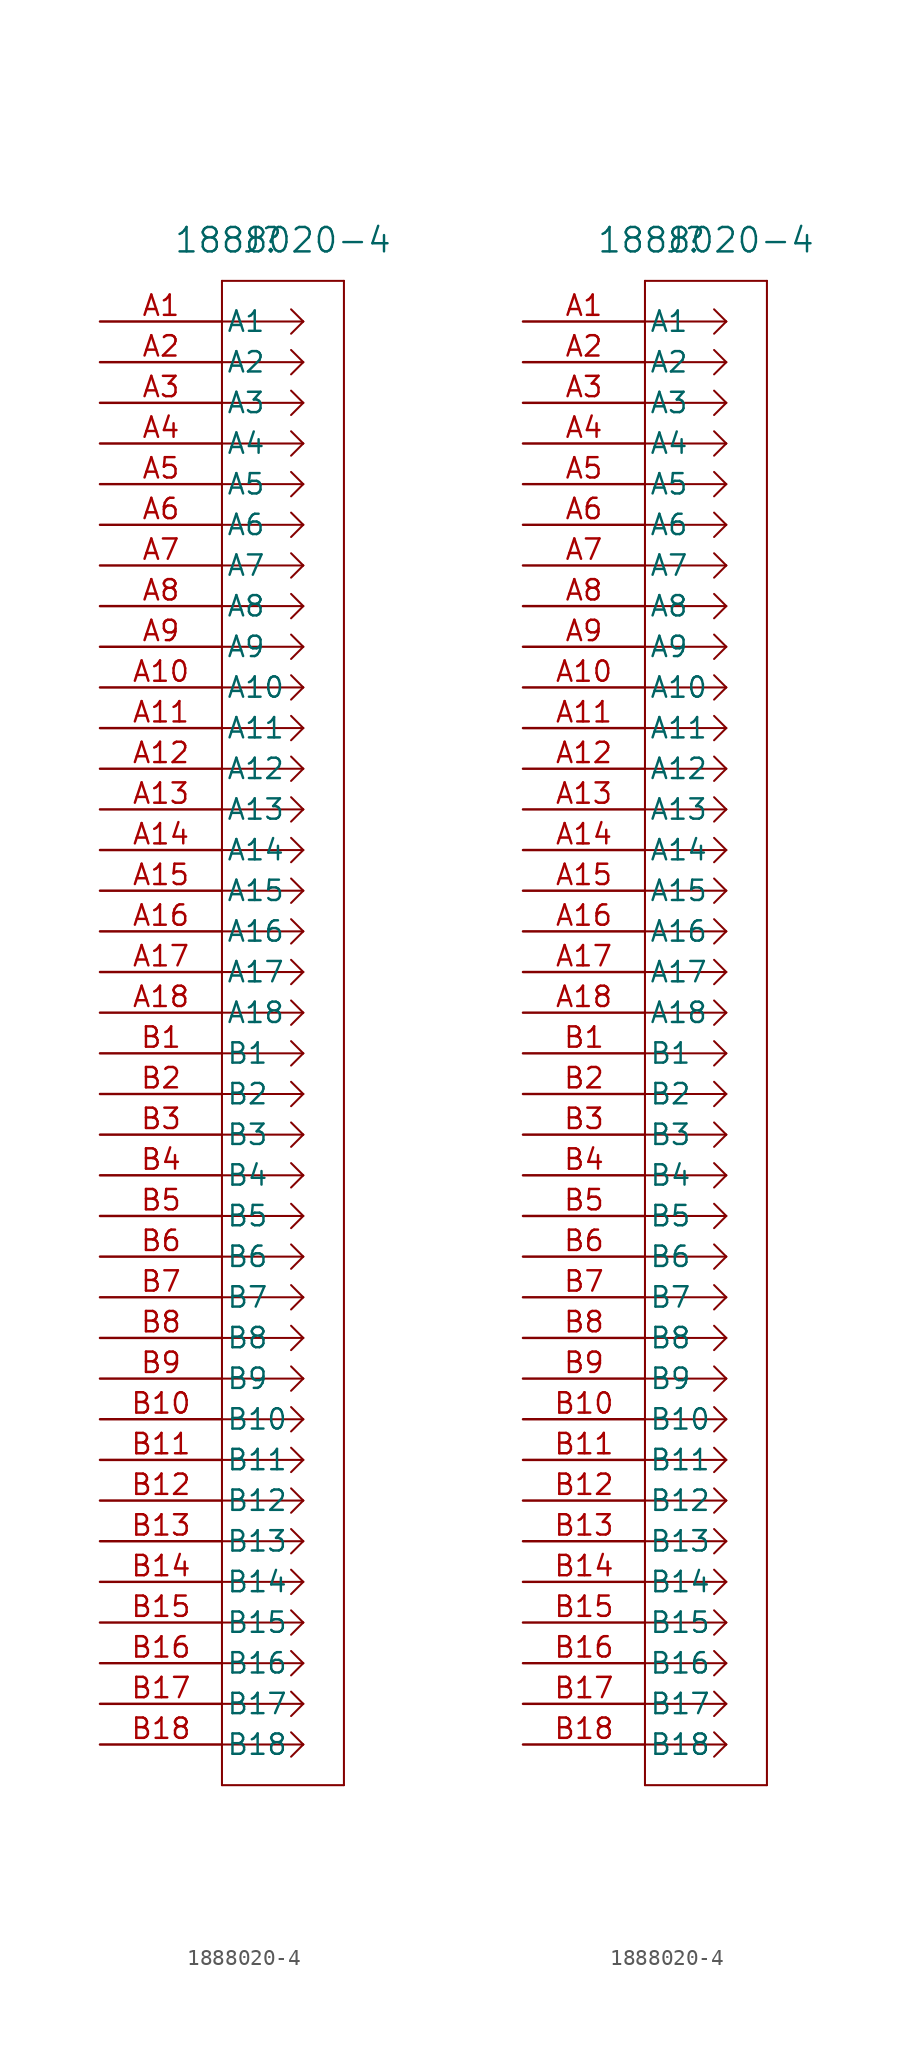
<source format=kicad_sym>
(kicad_symbol_lib
  (version 20211014)
  (generator kicad_symbol_editor)
  (symbol "1888020-4"
    (pin_names
      (offset 0.254))
    (property "Reference" "J"
      (at 10.16 5.08 0)
      (effects (font (size 1.524 1.524))))
    (property "Value" "1888020-4"
      (at 11.43 5.08 0)
      (effects (font (size 1.524 1.524))))
    (symbol "1888020-4_1_1"
      (polyline (pts (xy 7.62 2.54) (xy 7.62 -91.44)) (stroke (width 0.127) (type default) (color 0 0 0 0)) (fill (type none)))
      (polyline (pts (xy 7.62 -91.44) (xy 15.24 -91.44)) (stroke (width 0.127) (type default) (color 0 0 0 0)) (fill (type none)))
      (polyline (pts (xy 15.24 -91.44) (xy 15.24 2.54)) (stroke (width 0.127) (type default) (color 0 0 0 0)) (fill (type none)))
      (polyline (pts (xy 15.24 2.54) (xy 7.62 2.54)) (stroke (width 0.127) (type default) (color 0 0 0 0)) (fill (type none)))
      (polyline (pts (xy 7.62 -88.9) (xy 12.7 -88.9)) (stroke (width 0.127) (type default) (color 0 0 0 0)) (fill (type none)))
      (polyline (pts (xy 7.62 -86.36) (xy 12.7 -86.36)) (stroke (width 0.127) (type default) (color 0 0 0 0)) (fill (type none)))
      (polyline (pts (xy 7.62 -83.82) (xy 12.7 -83.82)) (stroke (width 0.127) (type default) (color 0 0 0 0)) (fill (type none)))
      (polyline (pts (xy 7.62 -81.28) (xy 12.7 -81.28)) (stroke (width 0.127) (type default) (color 0 0 0 0)) (fill (type none)))
      (polyline (pts (xy 12.7 -88.9) (xy 11.938 -89.662)) (stroke (width 0.127) (type default) (color 0 0 0 0)) (fill (type none)))
      (polyline (pts (xy 12.7 -88.9) (xy 11.938 -88.138)) (stroke (width 0.127) (type default) (color 0 0 0 0)) (fill (type none)))
      (polyline (pts (xy 12.7 -86.36) (xy 11.938 -87.122)) (stroke (width 0.127) (type default) (color 0 0 0 0)) (fill (type none)))
      (polyline (pts (xy 12.7 -86.36) (xy 11.938 -85.598)) (stroke (width 0.127) (type default) (color 0 0 0 0)) (fill (type none)))
      (polyline (pts (xy 12.7 -83.82) (xy 11.938 -84.582)) (stroke (width 0.127) (type default) (color 0 0 0 0)) (fill (type none)))
      (polyline (pts (xy 12.7 -83.82) (xy 11.938 -83.058)) (stroke (width 0.127) (type default) (color 0 0 0 0)) (fill (type none)))
      (polyline (pts (xy 12.7 -81.28) (xy 11.938 -82.042)) (stroke (width 0.127) (type default) (color 0 0 0 0)) (fill (type none)))
      (polyline (pts (xy 12.7 -81.28) (xy 11.938 -80.518)) (stroke (width 0.127) (type default) (color 0 0 0 0)) (fill (type none)))
      (polyline (pts (xy 7.62 -78.74) (xy 12.7 -78.74)) (stroke (width 0.127) (type default) (color 0 0 0 0)) (fill (type none)))
      (polyline (pts (xy 7.62 -76.2) (xy 12.7 -76.2)) (stroke (width 0.127) (type default) (color 0 0 0 0)) (fill (type none)))
      (polyline (pts (xy 7.62 -73.66) (xy 12.7 -73.66)) (stroke (width 0.127) (type default) (color 0 0 0 0)) (fill (type none)))
      (polyline (pts (xy 7.62 -71.12) (xy 12.7 -71.12)) (stroke (width 0.127) (type default) (color 0 0 0 0)) (fill (type none)))
      (polyline (pts (xy 12.7 -78.74) (xy 11.938 -79.502)) (stroke (width 0.127) (type default) (color 0 0 0 0)) (fill (type none)))
      (polyline (pts (xy 12.7 -78.74) (xy 11.938 -77.978)) (stroke (width 0.127) (type default) (color 0 0 0 0)) (fill (type none)))
      (polyline (pts (xy 12.7 -76.2) (xy 11.938 -76.962)) (stroke (width 0.127) (type default) (color 0 0 0 0)) (fill (type none)))
      (polyline (pts (xy 12.7 -76.2) (xy 11.938 -75.438)) (stroke (width 0.127) (type default) (color 0 0 0 0)) (fill (type none)))
      (polyline (pts (xy 12.7 -73.66) (xy 11.938 -74.422)) (stroke (width 0.127) (type default) (color 0 0 0 0)) (fill (type none)))
      (polyline (pts (xy 12.7 -73.66) (xy 11.938 -72.898)) (stroke (width 0.127) (type default) (color 0 0 0 0)) (fill (type none)))
      (polyline (pts (xy 12.7 -71.12) (xy 11.938 -71.882)) (stroke (width 0.127) (type default) (color 0 0 0 0)) (fill (type none)))
      (polyline (pts (xy 12.7 -71.12) (xy 11.938 -70.358)) (stroke (width 0.127) (type default) (color 0 0 0 0)) (fill (type none)))
      (polyline (pts (xy 7.62 -68.58) (xy 12.7 -68.58)) (stroke (width 0.127) (type default) (color 0 0 0 0)) (fill (type none)))
      (polyline (pts (xy 7.62 -66.04) (xy 12.7 -66.04)) (stroke (width 0.127) (type default) (color 0 0 0 0)) (fill (type none)))
      (polyline (pts (xy 7.62 -63.5) (xy 12.7 -63.5)) (stroke (width 0.127) (type default) (color 0 0 0 0)) (fill (type none)))
      (polyline (pts (xy 7.62 -60.96) (xy 12.7 -60.96)) (stroke (width 0.127) (type default) (color 0 0 0 0)) (fill (type none)))
      (polyline (pts (xy 12.7 -68.58) (xy 11.938 -69.342)) (stroke (width 0.127) (type default) (color 0 0 0 0)) (fill (type none)))
      (polyline (pts (xy 12.7 -68.58) (xy 11.938 -67.818)) (stroke (width 0.127) (type default) (color 0 0 0 0)) (fill (type none)))
      (polyline (pts (xy 12.7 -66.04) (xy 11.938 -66.802)) (stroke (width 0.127) (type default) (color 0 0 0 0)) (fill (type none)))
      (polyline (pts (xy 12.7 -66.04) (xy 11.938 -65.278)) (stroke (width 0.127) (type default) (color 0 0 0 0)) (fill (type none)))
      (polyline (pts (xy 12.7 -63.5) (xy 11.938 -64.262)) (stroke (width 0.127) (type default) (color 0 0 0 0)) (fill (type none)))
      (polyline (pts (xy 12.7 -63.5) (xy 11.938 -62.738)) (stroke (width 0.127) (type default) (color 0 0 0 0)) (fill (type none)))
      (polyline (pts (xy 12.7 -60.96) (xy 11.938 -61.722)) (stroke (width 0.127) (type default) (color 0 0 0 0)) (fill (type none)))
      (polyline (pts (xy 12.7 -60.96) (xy 11.938 -60.198)) (stroke (width 0.127) (type default) (color 0 0 0 0)) (fill (type none)))
      (polyline (pts (xy 7.62 -58.42) (xy 12.7 -58.42)) (stroke (width 0.127) (type default) (color 0 0 0 0)) (fill (type none)))
      (polyline (pts (xy 7.62 -55.88) (xy 12.7 -55.88)) (stroke (width 0.127) (type default) (color 0 0 0 0)) (fill (type none)))
      (polyline (pts (xy 7.62 -53.34) (xy 12.7 -53.34)) (stroke (width 0.127) (type default) (color 0 0 0 0)) (fill (type none)))
      (polyline (pts (xy 7.62 -50.8) (xy 12.7 -50.8)) (stroke (width 0.127) (type default) (color 0 0 0 0)) (fill (type none)))
      (polyline (pts (xy 12.7 -58.42) (xy 11.938 -59.182)) (stroke (width 0.127) (type default) (color 0 0 0 0)) (fill (type none)))
      (polyline (pts (xy 12.7 -58.42) (xy 11.938 -57.658)) (stroke (width 0.127) (type default) (color 0 0 0 0)) (fill (type none)))
      (polyline (pts (xy 12.7 -55.88) (xy 11.938 -56.642)) (stroke (width 0.127) (type default) (color 0 0 0 0)) (fill (type none)))
      (polyline (pts (xy 12.7 -55.88) (xy 11.938 -55.118)) (stroke (width 0.127) (type default) (color 0 0 0 0)) (fill (type none)))
      (polyline (pts (xy 12.7 -53.34) (xy 11.938 -54.102)) (stroke (width 0.127) (type default) (color 0 0 0 0)) (fill (type none)))
      (polyline (pts (xy 12.7 -53.34) (xy 11.938 -52.578)) (stroke (width 0.127) (type default) (color 0 0 0 0)) (fill (type none)))
      (polyline (pts (xy 12.7 -50.8) (xy 11.938 -51.562)) (stroke (width 0.127) (type default) (color 0 0 0 0)) (fill (type none)))
      (polyline (pts (xy 12.7 -50.8) (xy 11.938 -50.038)) (stroke (width 0.127) (type default) (color 0 0 0 0)) (fill (type none)))
      (polyline (pts (xy 7.62 -48.26) (xy 12.7 -48.26)) (stroke (width 0.127) (type default) (color 0 0 0 0)) (fill (type none)))
      (polyline (pts (xy 7.62 -45.72) (xy 12.7 -45.72)) (stroke (width 0.127) (type default) (color 0 0 0 0)) (fill (type none)))
      (polyline (pts (xy 7.62 -43.18) (xy 12.7 -43.18)) (stroke (width 0.127) (type default) (color 0 0 0 0)) (fill (type none)))
      (polyline (pts (xy 7.62 -40.64) (xy 12.7 -40.64)) (stroke (width 0.127) (type default) (color 0 0 0 0)) (fill (type none)))
      (polyline (pts (xy 12.7 -48.26) (xy 11.938 -49.022)) (stroke (width 0.127) (type default) (color 0 0 0 0)) (fill (type none)))
      (polyline (pts (xy 12.7 -48.26) (xy 11.938 -47.498)) (stroke (width 0.127) (type default) (color 0 0 0 0)) (fill (type none)))
      (polyline (pts (xy 12.7 -45.72) (xy 11.938 -46.482)) (stroke (width 0.127) (type default) (color 0 0 0 0)) (fill (type none)))
      (polyline (pts (xy 12.7 -45.72) (xy 11.938 -44.958)) (stroke (width 0.127) (type default) (color 0 0 0 0)) (fill (type none)))
      (polyline (pts (xy 12.7 -43.18) (xy 11.938 -43.942)) (stroke (width 0.127) (type default) (color 0 0 0 0)) (fill (type none)))
      (polyline (pts (xy 12.7 -43.18) (xy 11.938 -42.418)) (stroke (width 0.127) (type default) (color 0 0 0 0)) (fill (type none)))
      (polyline (pts (xy 12.7 -40.64) (xy 11.938 -41.402)) (stroke (width 0.127) (type default) (color 0 0 0 0)) (fill (type none)))
      (polyline (pts (xy 12.7 -40.64) (xy 11.938 -39.878)) (stroke (width 0.127) (type default) (color 0 0 0 0)) (fill (type none)))
      (polyline (pts (xy 7.62 -38.1) (xy 12.7 -38.1)) (stroke (width 0.127) (type default) (color 0 0 0 0)) (fill (type none)))
      (polyline (pts (xy 7.62 -35.56) (xy 12.7 -35.56)) (stroke (width 0.127) (type default) (color 0 0 0 0)) (fill (type none)))
      (polyline (pts (xy 7.62 -33.02) (xy 12.7 -33.02)) (stroke (width 0.127) (type default) (color 0 0 0 0)) (fill (type none)))
      (polyline (pts (xy 7.62 -30.48) (xy 12.7 -30.48)) (stroke (width 0.127) (type default) (color 0 0 0 0)) (fill (type none)))
      (polyline (pts (xy 12.7 -38.1) (xy 11.938 -38.862)) (stroke (width 0.127) (type default) (color 0 0 0 0)) (fill (type none)))
      (polyline (pts (xy 12.7 -38.1) (xy 11.938 -37.338)) (stroke (width 0.127) (type default) (color 0 0 0 0)) (fill (type none)))
      (polyline (pts (xy 12.7 -35.56) (xy 11.938 -36.322)) (stroke (width 0.127) (type default) (color 0 0 0 0)) (fill (type none)))
      (polyline (pts (xy 12.7 -35.56) (xy 11.938 -34.798)) (stroke (width 0.127) (type default) (color 0 0 0 0)) (fill (type none)))
      (polyline (pts (xy 12.7 -33.02) (xy 11.938 -33.782)) (stroke (width 0.127) (type default) (color 0 0 0 0)) (fill (type none)))
      (polyline (pts (xy 12.7 -33.02) (xy 11.938 -32.258)) (stroke (width 0.127) (type default) (color 0 0 0 0)) (fill (type none)))
      (polyline (pts (xy 12.7 -30.48) (xy 11.938 -31.242)) (stroke (width 0.127) (type default) (color 0 0 0 0)) (fill (type none)))
      (polyline (pts (xy 12.7 -30.48) (xy 11.938 -29.718)) (stroke (width 0.127) (type default) (color 0 0 0 0)) (fill (type none)))
      (polyline (pts (xy 7.62 -27.94) (xy 12.7 -27.94)) (stroke (width 0.127) (type default) (color 0 0 0 0)) (fill (type none)))
      (polyline (pts (xy 7.62 -25.4) (xy 12.7 -25.4)) (stroke (width 0.127) (type default) (color 0 0 0 0)) (fill (type none)))
      (polyline (pts (xy 7.62 -22.86) (xy 12.7 -22.86)) (stroke (width 0.127) (type default) (color 0 0 0 0)) (fill (type none)))
      (polyline (pts (xy 7.62 -20.32) (xy 12.7 -20.32)) (stroke (width 0.127) (type default) (color 0 0 0 0)) (fill (type none)))
      (polyline (pts (xy 12.7 -27.94) (xy 11.938 -28.702)) (stroke (width 0.127) (type default) (color 0 0 0 0)) (fill (type none)))
      (polyline (pts (xy 12.7 -27.94) (xy 11.938 -27.178)) (stroke (width 0.127) (type default) (color 0 0 0 0)) (fill (type none)))
      (polyline (pts (xy 12.7 -25.4) (xy 11.938 -26.162)) (stroke (width 0.127) (type default) (color 0 0 0 0)) (fill (type none)))
      (polyline (pts (xy 12.7 -25.4) (xy 11.938 -24.638)) (stroke (width 0.127) (type default) (color 0 0 0 0)) (fill (type none)))
      (polyline (pts (xy 12.7 -22.86) (xy 11.938 -23.622)) (stroke (width 0.127) (type default) (color 0 0 0 0)) (fill (type none)))
      (polyline (pts (xy 12.7 -22.86) (xy 11.938 -22.098)) (stroke (width 0.127) (type default) (color 0 0 0 0)) (fill (type none)))
      (polyline (pts (xy 12.7 -20.32) (xy 11.938 -21.082)) (stroke (width 0.127) (type default) (color 0 0 0 0)) (fill (type none)))
      (polyline (pts (xy 12.7 -20.32) (xy 11.938 -19.558)) (stroke (width 0.127) (type default) (color 0 0 0 0)) (fill (type none)))
      (polyline (pts (xy 7.62 -17.78) (xy 12.7 -17.78)) (stroke (width 0.127) (type default) (color 0 0 0 0)) (fill (type none)))
      (polyline (pts (xy 7.62 -15.24) (xy 12.7 -15.24)) (stroke (width 0.127) (type default) (color 0 0 0 0)) (fill (type none)))
      (polyline (pts (xy 7.62 -12.7) (xy 12.7 -12.7)) (stroke (width 0.127) (type default) (color 0 0 0 0)) (fill (type none)))
      (polyline (pts (xy 7.62 -10.16) (xy 12.7 -10.16)) (stroke (width 0.127) (type default) (color 0 0 0 0)) (fill (type none)))
      (polyline (pts (xy 12.7 -17.78) (xy 11.938 -18.542)) (stroke (width 0.127) (type default) (color 0 0 0 0)) (fill (type none)))
      (polyline (pts (xy 12.7 -17.78) (xy 11.938 -17.018)) (stroke (width 0.127) (type default) (color 0 0 0 0)) (fill (type none)))
      (polyline (pts (xy 12.7 -15.24) (xy 11.938 -16.002)) (stroke (width 0.127) (type default) (color 0 0 0 0)) (fill (type none)))
      (polyline (pts (xy 12.7 -15.24) (xy 11.938 -14.478)) (stroke (width 0.127) (type default) (color 0 0 0 0)) (fill (type none)))
      (polyline (pts (xy 12.7 -12.7) (xy 11.938 -13.462)) (stroke (width 0.127) (type default) (color 0 0 0 0)) (fill (type none)))
      (polyline (pts (xy 12.7 -12.7) (xy 11.938 -11.938)) (stroke (width 0.127) (type default) (color 0 0 0 0)) (fill (type none)))
      (polyline (pts (xy 12.7 -10.16) (xy 11.938 -10.922)) (stroke (width 0.127) (type default) (color 0 0 0 0)) (fill (type none)))
      (polyline (pts (xy 12.7 -10.16) (xy 11.938 -9.398)) (stroke (width 0.127) (type default) (color 0 0 0 0)) (fill (type none)))
      (polyline (pts (xy 7.62 -7.62) (xy 12.7 -7.62)) (stroke (width 0.127) (type default) (color 0 0 0 0)) (fill (type none)))
      (polyline (pts (xy 7.62 -5.08) (xy 12.7 -5.08)) (stroke (width 0.127) (type default) (color 0 0 0 0)) (fill (type none)))
      (polyline (pts (xy 7.62 -2.54) (xy 12.7 -2.54)) (stroke (width 0.127) (type default) (color 0 0 0 0)) (fill (type none)))
      (polyline (pts (xy 7.62 0) (xy 12.7 0)) (stroke (width 0.127) (type default) (color 0 0 0 0)) (fill (type none)))
      (polyline (pts (xy 12.7 -7.62) (xy 11.938 -8.382)) (stroke (width 0.127) (type default) (color 0 0 0 0)) (fill (type none)))
      (polyline (pts (xy 12.7 -7.62) (xy 11.938 -6.858)) (stroke (width 0.127) (type default) (color 0 0 0 0)) (fill (type none)))
      (polyline (pts (xy 12.7 -5.08) (xy 11.938 -5.842)) (stroke (width 0.127) (type default) (color 0 0 0 0)) (fill (type none)))
      (polyline (pts (xy 12.7 -5.08) (xy 11.938 -4.318)) (stroke (width 0.127) (type default) (color 0 0 0 0)) (fill (type none)))
      (polyline (pts (xy 12.7 -2.54) (xy 11.938 -3.302)) (stroke (width 0.127) (type default) (color 0 0 0 0)) (fill (type none)))
      (polyline (pts (xy 12.7 -2.54) (xy 11.938 -1.778)) (stroke (width 0.127) (type default) (color 0 0 0 0)) (fill (type none)))
      (polyline (pts (xy 12.7 0) (xy 11.938 -0.762)) (stroke (width 0.127) (type default) (color 0 0 0 0)) (fill (type none)))
      (polyline (pts (xy 12.7 0) (xy 11.938 0.762)) (stroke (width 0.127) (type default) (color 0 0 0 0)) (fill (type none)))
      (pin unspecified line (at 0 0 0) (length 7.62) (name "A1" (effects (font (size 1.27 1.27)))) (number "A1" (effects (font (size 1.27 1.27)))))
      (pin unspecified line (at 0 -2.54 0) (length 7.62) (name "A2" (effects (font (size 1.27 1.27)))) (number "A2" (effects (font (size 1.27 1.27)))))
      (pin unspecified line (at 0 -5.08 0) (length 7.62) (name "A3" (effects (font (size 1.27 1.27)))) (number "A3" (effects (font (size 1.27 1.27)))))
      (pin unspecified line (at 0 -7.62 0) (length 7.62) (name "A4" (effects (font (size 1.27 1.27)))) (number "A4" (effects (font (size 1.27 1.27)))))
      (pin unspecified line (at 0 -10.16 0) (length 7.62) (name "A5" (effects (font (size 1.27 1.27)))) (number "A5" (effects (font (size 1.27 1.27)))))
      (pin unspecified line (at 0 -12.7 0) (length 7.62) (name "A6" (effects (font (size 1.27 1.27)))) (number "A6" (effects (font (size 1.27 1.27)))))
      (pin unspecified line (at 0 -15.24 0) (length 7.62) (name "A7" (effects (font (size 1.27 1.27)))) (number "A7" (effects (font (size 1.27 1.27)))))
      (pin unspecified line (at 0 -17.78 0) (length 7.62) (name "A8" (effects (font (size 1.27 1.27)))) (number "A8" (effects (font (size 1.27 1.27)))))
      (pin unspecified line (at 0 -20.32 0) (length 7.62) (name "A9" (effects (font (size 1.27 1.27)))) (number "A9" (effects (font (size 1.27 1.27)))))
      (pin unspecified line (at 0 -22.86 0) (length 7.62) (name "A10" (effects (font (size 1.27 1.27)))) (number "A10" (effects (font (size 1.27 1.27)))))
      (pin unspecified line (at 0 -25.4 0) (length 7.62) (name "A11" (effects (font (size 1.27 1.27)))) (number "A11" (effects (font (size 1.27 1.27)))))
      (pin unspecified line (at 0 -27.94 0) (length 7.62) (name "A12" (effects (font (size 1.27 1.27)))) (number "A12" (effects (font (size 1.27 1.27)))))
      (pin unspecified line (at 0 -30.48 0) (length 7.62) (name "A13" (effects (font (size 1.27 1.27)))) (number "A13" (effects (font (size 1.27 1.27)))))
      (pin unspecified line (at 0 -33.02 0) (length 7.62) (name "A14" (effects (font (size 1.27 1.27)))) (number "A14" (effects (font (size 1.27 1.27)))))
      (pin unspecified line (at 0 -35.56 0) (length 7.62) (name "A15" (effects (font (size 1.27 1.27)))) (number "A15" (effects (font (size 1.27 1.27)))))
      (pin unspecified line (at 0 -38.1 0) (length 7.62) (name "A16" (effects (font (size 1.27 1.27)))) (number "A16" (effects (font (size 1.27 1.27)))))
      (pin unspecified line (at 0 -40.64 0) (length 7.62) (name "A17" (effects (font (size 1.27 1.27)))) (number "A17" (effects (font (size 1.27 1.27)))))
      (pin unspecified line (at 0 -43.18 0) (length 7.62) (name "A18" (effects (font (size 1.27 1.27)))) (number "A18" (effects (font (size 1.27 1.27)))))
      (pin unspecified line (at 0 -45.72 0) (length 7.62) (name "B1" (effects (font (size 1.27 1.27)))) (number "B1" (effects (font (size 1.27 1.27)))))
      (pin unspecified line (at 0 -48.26 0) (length 7.62) (name "B2" (effects (font (size 1.27 1.27)))) (number "B2" (effects (font (size 1.27 1.27)))))
      (pin unspecified line (at 0 -50.8 0) (length 7.62) (name "B3" (effects (font (size 1.27 1.27)))) (number "B3" (effects (font (size 1.27 1.27)))))
      (pin unspecified line (at 0 -53.34 0) (length 7.62) (name "B4" (effects (font (size 1.27 1.27)))) (number "B4" (effects (font (size 1.27 1.27)))))
      (pin unspecified line (at 0 -55.88 0) (length 7.62) (name "B5" (effects (font (size 1.27 1.27)))) (number "B5" (effects (font (size 1.27 1.27)))))
      (pin unspecified line (at 0 -58.42 0) (length 7.62) (name "B6" (effects (font (size 1.27 1.27)))) (number "B6" (effects (font (size 1.27 1.27)))))
      (pin unspecified line (at 0 -60.96 0) (length 7.62) (name "B7" (effects (font (size 1.27 1.27)))) (number "B7" (effects (font (size 1.27 1.27)))))
      (pin unspecified line (at 0 -63.5 0) (length 7.62) (name "B8" (effects (font (size 1.27 1.27)))) (number "B8" (effects (font (size 1.27 1.27)))))
      (pin unspecified line (at 0 -66.04 0) (length 7.62) (name "B9" (effects (font (size 1.27 1.27)))) (number "B9" (effects (font (size 1.27 1.27)))))
      (pin unspecified line (at 0 -68.58 0) (length 7.62) (name "B10" (effects (font (size 1.27 1.27)))) (number "B10" (effects (font (size 1.27 1.27)))))
      (pin unspecified line (at 0 -71.12 0) (length 7.62) (name "B11" (effects (font (size 1.27 1.27)))) (number "B11" (effects (font (size 1.27 1.27)))))
      (pin unspecified line (at 0 -73.66 0) (length 7.62) (name "B12" (effects (font (size 1.27 1.27)))) (number "B12" (effects (font (size 1.27 1.27)))))
      (pin unspecified line (at 0 -76.2 0) (length 7.62) (name "B13" (effects (font (size 1.27 1.27)))) (number "B13" (effects (font (size 1.27 1.27)))))
      (pin unspecified line (at 0 -78.74 0) (length 7.62) (name "B14" (effects (font (size 1.27 1.27)))) (number "B14" (effects (font (size 1.27 1.27)))))
      (pin unspecified line (at 0 -81.28 0) (length 7.62) (name "B15" (effects (font (size 1.27 1.27)))) (number "B15" (effects (font (size 1.27 1.27)))))
      (pin unspecified line (at 0 -83.82 0) (length 7.62) (name "B16" (effects (font (size 1.27 1.27)))) (number "B16" (effects (font (size 1.27 1.27)))))
      (pin unspecified line (at 0 -86.36 0) (length 7.62) (name "B17" (effects (font (size 1.27 1.27)))) (number "B17" (effects (font (size 1.27 1.27)))))
      (pin unspecified line (at 0 -88.9 0) (length 7.62) (name "B18" (effects (font (size 1.27 1.27)))) (number "B18" (effects (font (size 1.27 1.27))))))
    (symbol "1888020-4_1_2"
      (polyline (pts (xy 7.62 2.54) (xy 7.62 -91.44)) (stroke (width 0.127) (type default) (color 0 0 0 0)) (fill (type none)))
      (polyline (pts (xy 7.62 -91.44) (xy 15.24 -91.44)) (stroke (width 0.127) (type default) (color 0 0 0 0)) (fill (type none)))
      (polyline (pts (xy 15.24 -91.44) (xy 15.24 2.54)) (stroke (width 0.127) (type default) (color 0 0 0 0)) (fill (type none)))
      (polyline (pts (xy 15.24 2.54) (xy 7.62 2.54)) (stroke (width 0.127) (type default) (color 0 0 0 0)) (fill (type none)))
      (polyline (pts (xy 7.62 -88.9) (xy 12.7 -88.9)) (stroke (width 0.127) (type default) (color 0 0 0 0)) (fill (type none)))
      (polyline (pts (xy 7.62 -86.36) (xy 12.7 -86.36)) (stroke (width 0.127) (type default) (color 0 0 0 0)) (fill (type none)))
      (polyline (pts (xy 7.62 -83.82) (xy 12.7 -83.82)) (stroke (width 0.127) (type default) (color 0 0 0 0)) (fill (type none)))
      (polyline (pts (xy 7.62 -81.28) (xy 12.7 -81.28)) (stroke (width 0.127) (type default) (color 0 0 0 0)) (fill (type none)))
      (polyline (pts (xy 12.7 -88.9) (xy 11.938 -89.662)) (stroke (width 0.127) (type default) (color 0 0 0 0)) (fill (type none)))
      (polyline (pts (xy 12.7 -88.9) (xy 11.938 -88.138)) (stroke (width 0.127) (type default) (color 0 0 0 0)) (fill (type none)))
      (polyline (pts (xy 12.7 -86.36) (xy 11.938 -87.122)) (stroke (width 0.127) (type default) (color 0 0 0 0)) (fill (type none)))
      (polyline (pts (xy 12.7 -86.36) (xy 11.938 -85.598)) (stroke (width 0.127) (type default) (color 0 0 0 0)) (fill (type none)))
      (polyline (pts (xy 12.7 -83.82) (xy 11.938 -84.582)) (stroke (width 0.127) (type default) (color 0 0 0 0)) (fill (type none)))
      (polyline (pts (xy 12.7 -83.82) (xy 11.938 -83.058)) (stroke (width 0.127) (type default) (color 0 0 0 0)) (fill (type none)))
      (polyline (pts (xy 12.7 -81.28) (xy 11.938 -82.042)) (stroke (width 0.127) (type default) (color 0 0 0 0)) (fill (type none)))
      (polyline (pts (xy 12.7 -81.28) (xy 11.938 -80.518)) (stroke (width 0.127) (type default) (color 0 0 0 0)) (fill (type none)))
      (polyline (pts (xy 7.62 -78.74) (xy 12.7 -78.74)) (stroke (width 0.127) (type default) (color 0 0 0 0)) (fill (type none)))
      (polyline (pts (xy 7.62 -76.2) (xy 12.7 -76.2)) (stroke (width 0.127) (type default) (color 0 0 0 0)) (fill (type none)))
      (polyline (pts (xy 7.62 -73.66) (xy 12.7 -73.66)) (stroke (width 0.127) (type default) (color 0 0 0 0)) (fill (type none)))
      (polyline (pts (xy 7.62 -71.12) (xy 12.7 -71.12)) (stroke (width 0.127) (type default) (color 0 0 0 0)) (fill (type none)))
      (polyline (pts (xy 12.7 -78.74) (xy 11.938 -79.502)) (stroke (width 0.127) (type default) (color 0 0 0 0)) (fill (type none)))
      (polyline (pts (xy 12.7 -78.74) (xy 11.938 -77.978)) (stroke (width 0.127) (type default) (color 0 0 0 0)) (fill (type none)))
      (polyline (pts (xy 12.7 -76.2) (xy 11.938 -76.962)) (stroke (width 0.127) (type default) (color 0 0 0 0)) (fill (type none)))
      (polyline (pts (xy 12.7 -76.2) (xy 11.938 -75.438)) (stroke (width 0.127) (type default) (color 0 0 0 0)) (fill (type none)))
      (polyline (pts (xy 12.7 -73.66) (xy 11.938 -74.422)) (stroke (width 0.127) (type default) (color 0 0 0 0)) (fill (type none)))
      (polyline (pts (xy 12.7 -73.66) (xy 11.938 -72.898)) (stroke (width 0.127) (type default) (color 0 0 0 0)) (fill (type none)))
      (polyline (pts (xy 12.7 -71.12) (xy 11.938 -71.882)) (stroke (width 0.127) (type default) (color 0 0 0 0)) (fill (type none)))
      (polyline (pts (xy 12.7 -71.12) (xy 11.938 -70.358)) (stroke (width 0.127) (type default) (color 0 0 0 0)) (fill (type none)))
      (polyline (pts (xy 7.62 -68.58) (xy 12.7 -68.58)) (stroke (width 0.127) (type default) (color 0 0 0 0)) (fill (type none)))
      (polyline (pts (xy 7.62 -66.04) (xy 12.7 -66.04)) (stroke (width 0.127) (type default) (color 0 0 0 0)) (fill (type none)))
      (polyline (pts (xy 7.62 -63.5) (xy 12.7 -63.5)) (stroke (width 0.127) (type default) (color 0 0 0 0)) (fill (type none)))
      (polyline (pts (xy 7.62 -60.96) (xy 12.7 -60.96)) (stroke (width 0.127) (type default) (color 0 0 0 0)) (fill (type none)))
      (polyline (pts (xy 12.7 -68.58) (xy 11.938 -69.342)) (stroke (width 0.127) (type default) (color 0 0 0 0)) (fill (type none)))
      (polyline (pts (xy 12.7 -68.58) (xy 11.938 -67.818)) (stroke (width 0.127) (type default) (color 0 0 0 0)) (fill (type none)))
      (polyline (pts (xy 12.7 -66.04) (xy 11.938 -66.802)) (stroke (width 0.127) (type default) (color 0 0 0 0)) (fill (type none)))
      (polyline (pts (xy 12.7 -66.04) (xy 11.938 -65.278)) (stroke (width 0.127) (type default) (color 0 0 0 0)) (fill (type none)))
      (polyline (pts (xy 12.7 -63.5) (xy 11.938 -64.262)) (stroke (width 0.127) (type default) (color 0 0 0 0)) (fill (type none)))
      (polyline (pts (xy 12.7 -63.5) (xy 11.938 -62.738)) (stroke (width 0.127) (type default) (color 0 0 0 0)) (fill (type none)))
      (polyline (pts (xy 12.7 -60.96) (xy 11.938 -61.722)) (stroke (width 0.127) (type default) (color 0 0 0 0)) (fill (type none)))
      (polyline (pts (xy 12.7 -60.96) (xy 11.938 -60.198)) (stroke (width 0.127) (type default) (color 0 0 0 0)) (fill (type none)))
      (polyline (pts (xy 7.62 -58.42) (xy 12.7 -58.42)) (stroke (width 0.127) (type default) (color 0 0 0 0)) (fill (type none)))
      (polyline (pts (xy 7.62 -55.88) (xy 12.7 -55.88)) (stroke (width 0.127) (type default) (color 0 0 0 0)) (fill (type none)))
      (polyline (pts (xy 7.62 -53.34) (xy 12.7 -53.34)) (stroke (width 0.127) (type default) (color 0 0 0 0)) (fill (type none)))
      (polyline (pts (xy 7.62 -50.8) (xy 12.7 -50.8)) (stroke (width 0.127) (type default) (color 0 0 0 0)) (fill (type none)))
      (polyline (pts (xy 12.7 -58.42) (xy 11.938 -59.182)) (stroke (width 0.127) (type default) (color 0 0 0 0)) (fill (type none)))
      (polyline (pts (xy 12.7 -58.42) (xy 11.938 -57.658)) (stroke (width 0.127) (type default) (color 0 0 0 0)) (fill (type none)))
      (polyline (pts (xy 12.7 -55.88) (xy 11.938 -56.642)) (stroke (width 0.127) (type default) (color 0 0 0 0)) (fill (type none)))
      (polyline (pts (xy 12.7 -55.88) (xy 11.938 -55.118)) (stroke (width 0.127) (type default) (color 0 0 0 0)) (fill (type none)))
      (polyline (pts (xy 12.7 -53.34) (xy 11.938 -54.102)) (stroke (width 0.127) (type default) (color 0 0 0 0)) (fill (type none)))
      (polyline (pts (xy 12.7 -53.34) (xy 11.938 -52.578)) (stroke (width 0.127) (type default) (color 0 0 0 0)) (fill (type none)))
      (polyline (pts (xy 12.7 -50.8) (xy 11.938 -51.562)) (stroke (width 0.127) (type default) (color 0 0 0 0)) (fill (type none)))
      (polyline (pts (xy 12.7 -50.8) (xy 11.938 -50.038)) (stroke (width 0.127) (type default) (color 0 0 0 0)) (fill (type none)))
      (polyline (pts (xy 7.62 -48.26) (xy 12.7 -48.26)) (stroke (width 0.127) (type default) (color 0 0 0 0)) (fill (type none)))
      (polyline (pts (xy 7.62 -45.72) (xy 12.7 -45.72)) (stroke (width 0.127) (type default) (color 0 0 0 0)) (fill (type none)))
      (polyline (pts (xy 7.62 -43.18) (xy 12.7 -43.18)) (stroke (width 0.127) (type default) (color 0 0 0 0)) (fill (type none)))
      (polyline (pts (xy 7.62 -40.64) (xy 12.7 -40.64)) (stroke (width 0.127) (type default) (color 0 0 0 0)) (fill (type none)))
      (polyline (pts (xy 12.7 -48.26) (xy 11.938 -49.022)) (stroke (width 0.127) (type default) (color 0 0 0 0)) (fill (type none)))
      (polyline (pts (xy 12.7 -48.26) (xy 11.938 -47.498)) (stroke (width 0.127) (type default) (color 0 0 0 0)) (fill (type none)))
      (polyline (pts (xy 12.7 -45.72) (xy 11.938 -46.482)) (stroke (width 0.127) (type default) (color 0 0 0 0)) (fill (type none)))
      (polyline (pts (xy 12.7 -45.72) (xy 11.938 -44.958)) (stroke (width 0.127) (type default) (color 0 0 0 0)) (fill (type none)))
      (polyline (pts (xy 12.7 -43.18) (xy 11.938 -43.942)) (stroke (width 0.127) (type default) (color 0 0 0 0)) (fill (type none)))
      (polyline (pts (xy 12.7 -43.18) (xy 11.938 -42.418)) (stroke (width 0.127) (type default) (color 0 0 0 0)) (fill (type none)))
      (polyline (pts (xy 12.7 -40.64) (xy 11.938 -41.402)) (stroke (width 0.127) (type default) (color 0 0 0 0)) (fill (type none)))
      (polyline (pts (xy 12.7 -40.64) (xy 11.938 -39.878)) (stroke (width 0.127) (type default) (color 0 0 0 0)) (fill (type none)))
      (polyline (pts (xy 7.62 -38.1) (xy 12.7 -38.1)) (stroke (width 0.127) (type default) (color 0 0 0 0)) (fill (type none)))
      (polyline (pts (xy 7.62 -35.56) (xy 12.7 -35.56)) (stroke (width 0.127) (type default) (color 0 0 0 0)) (fill (type none)))
      (polyline (pts (xy 7.62 -33.02) (xy 12.7 -33.02)) (stroke (width 0.127) (type default) (color 0 0 0 0)) (fill (type none)))
      (polyline (pts (xy 7.62 -30.48) (xy 12.7 -30.48)) (stroke (width 0.127) (type default) (color 0 0 0 0)) (fill (type none)))
      (polyline (pts (xy 12.7 -38.1) (xy 11.938 -38.862)) (stroke (width 0.127) (type default) (color 0 0 0 0)) (fill (type none)))
      (polyline (pts (xy 12.7 -38.1) (xy 11.938 -37.338)) (stroke (width 0.127) (type default) (color 0 0 0 0)) (fill (type none)))
      (polyline (pts (xy 12.7 -35.56) (xy 11.938 -36.322)) (stroke (width 0.127) (type default) (color 0 0 0 0)) (fill (type none)))
      (polyline (pts (xy 12.7 -35.56) (xy 11.938 -34.798)) (stroke (width 0.127) (type default) (color 0 0 0 0)) (fill (type none)))
      (polyline (pts (xy 12.7 -33.02) (xy 11.938 -33.782)) (stroke (width 0.127) (type default) (color 0 0 0 0)) (fill (type none)))
      (polyline (pts (xy 12.7 -33.02) (xy 11.938 -32.258)) (stroke (width 0.127) (type default) (color 0 0 0 0)) (fill (type none)))
      (polyline (pts (xy 12.7 -30.48) (xy 11.938 -31.242)) (stroke (width 0.127) (type default) (color 0 0 0 0)) (fill (type none)))
      (polyline (pts (xy 12.7 -30.48) (xy 11.938 -29.718)) (stroke (width 0.127) (type default) (color 0 0 0 0)) (fill (type none)))
      (polyline (pts (xy 7.62 -27.94) (xy 12.7 -27.94)) (stroke (width 0.127) (type default) (color 0 0 0 0)) (fill (type none)))
      (polyline (pts (xy 7.62 -25.4) (xy 12.7 -25.4)) (stroke (width 0.127) (type default) (color 0 0 0 0)) (fill (type none)))
      (polyline (pts (xy 7.62 -22.86) (xy 12.7 -22.86)) (stroke (width 0.127) (type default) (color 0 0 0 0)) (fill (type none)))
      (polyline (pts (xy 7.62 -20.32) (xy 12.7 -20.32)) (stroke (width 0.127) (type default) (color 0 0 0 0)) (fill (type none)))
      (polyline (pts (xy 12.7 -27.94) (xy 11.938 -28.702)) (stroke (width 0.127) (type default) (color 0 0 0 0)) (fill (type none)))
      (polyline (pts (xy 12.7 -27.94) (xy 11.938 -27.178)) (stroke (width 0.127) (type default) (color 0 0 0 0)) (fill (type none)))
      (polyline (pts (xy 12.7 -25.4) (xy 11.938 -26.162)) (stroke (width 0.127) (type default) (color 0 0 0 0)) (fill (type none)))
      (polyline (pts (xy 12.7 -25.4) (xy 11.938 -24.638)) (stroke (width 0.127) (type default) (color 0 0 0 0)) (fill (type none)))
      (polyline (pts (xy 12.7 -22.86) (xy 11.938 -23.622)) (stroke (width 0.127) (type default) (color 0 0 0 0)) (fill (type none)))
      (polyline (pts (xy 12.7 -22.86) (xy 11.938 -22.098)) (stroke (width 0.127) (type default) (color 0 0 0 0)) (fill (type none)))
      (polyline (pts (xy 12.7 -20.32) (xy 11.938 -21.082)) (stroke (width 0.127) (type default) (color 0 0 0 0)) (fill (type none)))
      (polyline (pts (xy 12.7 -20.32) (xy 11.938 -19.558)) (stroke (width 0.127) (type default) (color 0 0 0 0)) (fill (type none)))
      (polyline (pts (xy 7.62 -17.78) (xy 12.7 -17.78)) (stroke (width 0.127) (type default) (color 0 0 0 0)) (fill (type none)))
      (polyline (pts (xy 7.62 -15.24) (xy 12.7 -15.24)) (stroke (width 0.127) (type default) (color 0 0 0 0)) (fill (type none)))
      (polyline (pts (xy 7.62 -12.7) (xy 12.7 -12.7)) (stroke (width 0.127) (type default) (color 0 0 0 0)) (fill (type none)))
      (polyline (pts (xy 7.62 -10.16) (xy 12.7 -10.16)) (stroke (width 0.127) (type default) (color 0 0 0 0)) (fill (type none)))
      (polyline (pts (xy 12.7 -17.78) (xy 11.938 -18.542)) (stroke (width 0.127) (type default) (color 0 0 0 0)) (fill (type none)))
      (polyline (pts (xy 12.7 -17.78) (xy 11.938 -17.018)) (stroke (width 0.127) (type default) (color 0 0 0 0)) (fill (type none)))
      (polyline (pts (xy 12.7 -15.24) (xy 11.938 -16.002)) (stroke (width 0.127) (type default) (color 0 0 0 0)) (fill (type none)))
      (polyline (pts (xy 12.7 -15.24) (xy 11.938 -14.478)) (stroke (width 0.127) (type default) (color 0 0 0 0)) (fill (type none)))
      (polyline (pts (xy 12.7 -12.7) (xy 11.938 -13.462)) (stroke (width 0.127) (type default) (color 0 0 0 0)) (fill (type none)))
      (polyline (pts (xy 12.7 -12.7) (xy 11.938 -11.938)) (stroke (width 0.127) (type default) (color 0 0 0 0)) (fill (type none)))
      (polyline (pts (xy 12.7 -10.16) (xy 11.938 -10.922)) (stroke (width 0.127) (type default) (color 0 0 0 0)) (fill (type none)))
      (polyline (pts (xy 12.7 -10.16) (xy 11.938 -9.398)) (stroke (width 0.127) (type default) (color 0 0 0 0)) (fill (type none)))
      (polyline (pts (xy 7.62 -7.62) (xy 12.7 -7.62)) (stroke (width 0.127) (type default) (color 0 0 0 0)) (fill (type none)))
      (polyline (pts (xy 7.62 -5.08) (xy 12.7 -5.08)) (stroke (width 0.127) (type default) (color 0 0 0 0)) (fill (type none)))
      (polyline (pts (xy 7.62 -2.54) (xy 12.7 -2.54)) (stroke (width 0.127) (type default) (color 0 0 0 0)) (fill (type none)))
      (polyline (pts (xy 7.62 0) (xy 12.7 0)) (stroke (width 0.127) (type default) (color 0 0 0 0)) (fill (type none)))
      (polyline (pts (xy 12.7 -7.62) (xy 11.938 -8.382)) (stroke (width 0.127) (type default) (color 0 0 0 0)) (fill (type none)))
      (polyline (pts (xy 12.7 -7.62) (xy 11.938 -6.858)) (stroke (width 0.127) (type default) (color 0 0 0 0)) (fill (type none)))
      (polyline (pts (xy 12.7 -5.08) (xy 11.938 -5.842)) (stroke (width 0.127) (type default) (color 0 0 0 0)) (fill (type none)))
      (polyline (pts (xy 12.7 -5.08) (xy 11.938 -4.318)) (stroke (width 0.127) (type default) (color 0 0 0 0)) (fill (type none)))
      (polyline (pts (xy 12.7 -2.54) (xy 11.938 -3.302)) (stroke (width 0.127) (type default) (color 0 0 0 0)) (fill (type none)))
      (polyline (pts (xy 12.7 -2.54) (xy 11.938 -1.778)) (stroke (width 0.127) (type default) (color 0 0 0 0)) (fill (type none)))
      (polyline (pts (xy 12.7 0) (xy 11.938 -0.762)) (stroke (width 0.127) (type default) (color 0 0 0 0)) (fill (type none)))
      (polyline (pts (xy 12.7 0) (xy 11.938 0.762)) (stroke (width 0.127) (type default) (color 0 0 0 0)) (fill (type none)))
      (pin unspecified line (at 0 0 0) (length 7.62) (name "A1" (effects (font (size 1.27 1.27)))) (number "A1" (effects (font (size 1.27 1.27)))))
      (pin unspecified line (at 0 -2.54 0) (length 7.62) (name "A2" (effects (font (size 1.27 1.27)))) (number "A2" (effects (font (size 1.27 1.27)))))
      (pin unspecified line (at 0 -5.08 0) (length 7.62) (name "A3" (effects (font (size 1.27 1.27)))) (number "A3" (effects (font (size 1.27 1.27)))))
      (pin unspecified line (at 0 -7.62 0) (length 7.62) (name "A4" (effects (font (size 1.27 1.27)))) (number "A4" (effects (font (size 1.27 1.27)))))
      (pin unspecified line (at 0 -10.16 0) (length 7.62) (name "A5" (effects (font (size 1.27 1.27)))) (number "A5" (effects (font (size 1.27 1.27)))))
      (pin unspecified line (at 0 -12.7 0) (length 7.62) (name "A6" (effects (font (size 1.27 1.27)))) (number "A6" (effects (font (size 1.27 1.27)))))
      (pin unspecified line (at 0 -15.24 0) (length 7.62) (name "A7" (effects (font (size 1.27 1.27)))) (number "A7" (effects (font (size 1.27 1.27)))))
      (pin unspecified line (at 0 -17.78 0) (length 7.62) (name "A8" (effects (font (size 1.27 1.27)))) (number "A8" (effects (font (size 1.27 1.27)))))
      (pin unspecified line (at 0 -20.32 0) (length 7.62) (name "A9" (effects (font (size 1.27 1.27)))) (number "A9" (effects (font (size 1.27 1.27)))))
      (pin unspecified line (at 0 -22.86 0) (length 7.62) (name "A10" (effects (font (size 1.27 1.27)))) (number "A10" (effects (font (size 1.27 1.27)))))
      (pin unspecified line (at 0 -25.4 0) (length 7.62) (name "A11" (effects (font (size 1.27 1.27)))) (number "A11" (effects (font (size 1.27 1.27)))))
      (pin unspecified line (at 0 -27.94 0) (length 7.62) (name "A12" (effects (font (size 1.27 1.27)))) (number "A12" (effects (font (size 1.27 1.27)))))
      (pin unspecified line (at 0 -30.48 0) (length 7.62) (name "A13" (effects (font (size 1.27 1.27)))) (number "A13" (effects (font (size 1.27 1.27)))))
      (pin unspecified line (at 0 -33.02 0) (length 7.62) (name "A14" (effects (font (size 1.27 1.27)))) (number "A14" (effects (font (size 1.27 1.27)))))
      (pin unspecified line (at 0 -35.56 0) (length 7.62) (name "A15" (effects (font (size 1.27 1.27)))) (number "A15" (effects (font (size 1.27 1.27)))))
      (pin unspecified line (at 0 -38.1 0) (length 7.62) (name "A16" (effects (font (size 1.27 1.27)))) (number "A16" (effects (font (size 1.27 1.27)))))
      (pin unspecified line (at 0 -40.64 0) (length 7.62) (name "A17" (effects (font (size 1.27 1.27)))) (number "A17" (effects (font (size 1.27 1.27)))))
      (pin unspecified line (at 0 -43.18 0) (length 7.62) (name "A18" (effects (font (size 1.27 1.27)))) (number "A18" (effects (font (size 1.27 1.27)))))
      (pin unspecified line (at 0 -45.72 0) (length 7.62) (name "B1" (effects (font (size 1.27 1.27)))) (number "B1" (effects (font (size 1.27 1.27)))))
      (pin unspecified line (at 0 -48.26 0) (length 7.62) (name "B2" (effects (font (size 1.27 1.27)))) (number "B2" (effects (font (size 1.27 1.27)))))
      (pin unspecified line (at 0 -50.8 0) (length 7.62) (name "B3" (effects (font (size 1.27 1.27)))) (number "B3" (effects (font (size 1.27 1.27)))))
      (pin unspecified line (at 0 -53.34 0) (length 7.62) (name "B4" (effects (font (size 1.27 1.27)))) (number "B4" (effects (font (size 1.27 1.27)))))
      (pin unspecified line (at 0 -55.88 0) (length 7.62) (name "B5" (effects (font (size 1.27 1.27)))) (number "B5" (effects (font (size 1.27 1.27)))))
      (pin unspecified line (at 0 -58.42 0) (length 7.62) (name "B6" (effects (font (size 1.27 1.27)))) (number "B6" (effects (font (size 1.27 1.27)))))
      (pin unspecified line (at 0 -60.96 0) (length 7.62) (name "B7" (effects (font (size 1.27 1.27)))) (number "B7" (effects (font (size 1.27 1.27)))))
      (pin unspecified line (at 0 -63.5 0) (length 7.62) (name "B8" (effects (font (size 1.27 1.27)))) (number "B8" (effects (font (size 1.27 1.27)))))
      (pin unspecified line (at 0 -66.04 0) (length 7.62) (name "B9" (effects (font (size 1.27 1.27)))) (number "B9" (effects (font (size 1.27 1.27)))))
      (pin unspecified line (at 0 -68.58 0) (length 7.62) (name "B10" (effects (font (size 1.27 1.27)))) (number "B10" (effects (font (size 1.27 1.27)))))
      (pin unspecified line (at 0 -71.12 0) (length 7.62) (name "B11" (effects (font (size 1.27 1.27)))) (number "B11" (effects (font (size 1.27 1.27)))))
      (pin unspecified line (at 0 -73.66 0) (length 7.62) (name "B12" (effects (font (size 1.27 1.27)))) (number "B12" (effects (font (size 1.27 1.27)))))
      (pin unspecified line (at 0 -76.2 0) (length 7.62) (name "B13" (effects (font (size 1.27 1.27)))) (number "B13" (effects (font (size 1.27 1.27)))))
      (pin unspecified line (at 0 -78.74 0) (length 7.62) (name "B14" (effects (font (size 1.27 1.27)))) (number "B14" (effects (font (size 1.27 1.27)))))
      (pin unspecified line (at 0 -81.28 0) (length 7.62) (name "B15" (effects (font (size 1.27 1.27)))) (number "B15" (effects (font (size 1.27 1.27)))))
      (pin unspecified line (at 0 -83.82 0) (length 7.62) (name "B16" (effects (font (size 1.27 1.27)))) (number "B16" (effects (font (size 1.27 1.27)))))
      (pin unspecified line (at 0 -86.36 0) (length 7.62) (name "B17" (effects (font (size 1.27 1.27)))) (number "B17" (effects (font (size 1.27 1.27)))))
      (pin unspecified line (at 0 -88.9 0) (length 7.62) (name "B18" (effects (font (size 1.27 1.27)))) (number "B18" (effects (font (size 1.27 1.27))))))))
</source>
